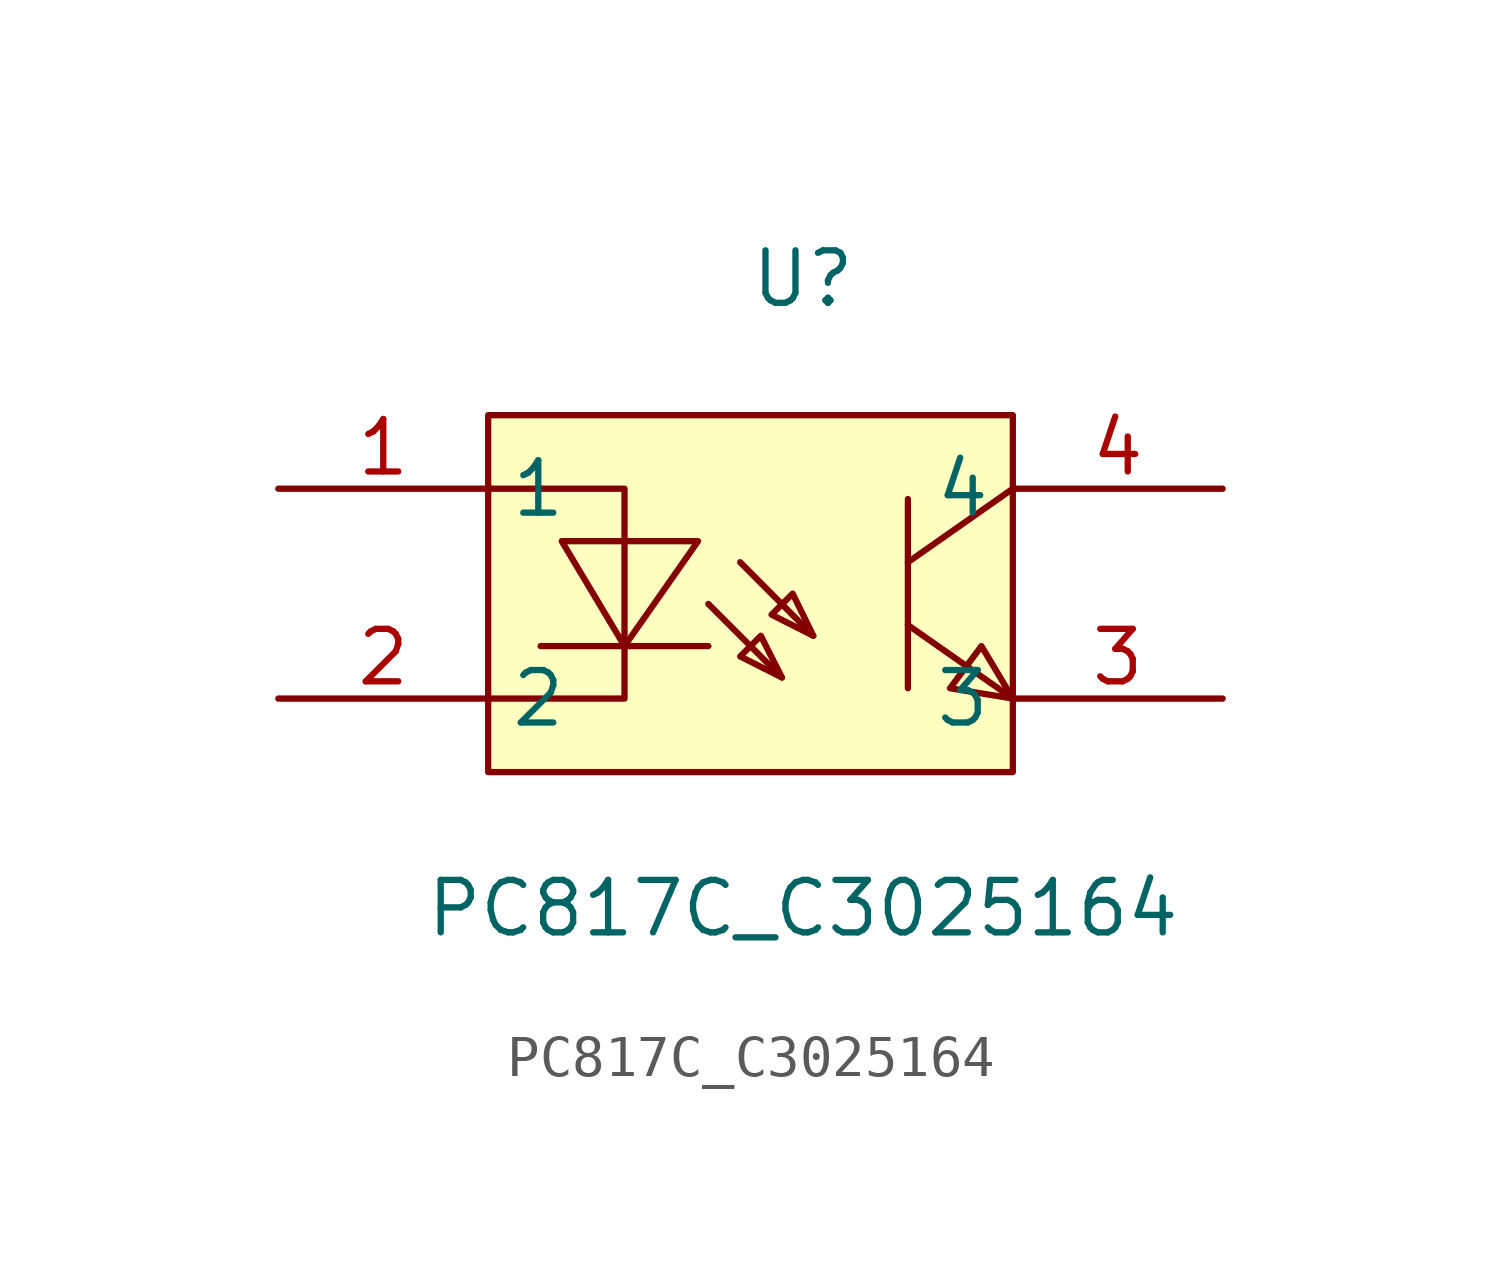
<source format=kicad_sym>
(kicad_symbol_lib
  (version 1)
  (generator "faebryk")
  (symbol "PC817C_C3025164"
    (property "Reference" "U"
      (at 0 7.62 0)
      (effects (font (size 1.27 1.27)) (hide no)))
    (property "Value" "PC817C_C3025164"
      (at 0 -7.62 0)
      (effects (font (size 1.27 1.27)) (hide no)))
    (symbol "PC817C_C3025164_0_1"
      (polyline (stroke (width 0) (type default) (color 0 0 0 0)) (fill (type background)) (pts (xy -0.51 -2.03) (xy -1.02 -1.02) (xy -1.52 -1.52) (xy -0.51 -2.03)))
      (polyline (stroke (width 0) (type default) (color 0 0 0 0)) (fill (type background)) (pts (xy 0.25 -1.02) (xy -0.25 0) (xy -0.76 -0.51) (xy 0.25 -1.02)))
      (polyline (stroke (width 0) (type default) (color 0 0 0 0)) (fill (type background)) (pts (xy -5.84 1.27) (xy -4.32 -1.27) (xy -2.54 1.27) (xy -5.84 1.27)))
      (polyline (stroke (width 0) (type default) (color 0 0 0 0)) (fill (type none)) (pts (xy 5.08 2.54) (xy 2.54 0.76)))
      (polyline (stroke (width 0) (type default) (color 0 0 0 0)) (fill (type none)) (pts (xy 2.54 -0.76) (xy 5.08 -2.54)))
      (polyline (stroke (width 0) (type default) (color 0 0 0 0)) (fill (type none)) (pts (xy 2.54 2.29) (xy 2.54 -2.29)))
      (polyline (stroke (width 0) (type default) (color 0 0 0 0)) (fill (type none)) (pts (xy -2.29 -0.25) (xy -0.51 -2.03)))
      (polyline (stroke (width 0) (type default) (color 0 0 0 0)) (fill (type none)) (pts (xy -1.52 0.76) (xy 0.25 -1.02)))
      (polyline (stroke (width 0) (type default) (color 0 0 0 0)) (fill (type none)) (pts (xy -2.29 -1.27) (xy -6.35 -1.27)))
      (polyline (stroke (width 0) (type default) (color 0 0 0 0)) (fill (type none)) (pts (xy -7.62 2.54) (xy -4.32 2.54) (xy -4.32 -2.54) (xy -7.62 -2.54)))
      (polyline (stroke (width 0) (type default) (color 0 0 0 0)) (fill (type background)) (pts (xy 5.08 -2.54) (xy 4.32 -1.27) (xy 3.56 -2.29) (xy 5.08 -2.54)))
      (rectangle (start -7.62 4.32) (end 5.08 -4.32) (stroke (width 0) (type default) (color 0 0 0 0)) (fill (type background)))
      (pin unspecified line (at -12.7 2.54 0) (length 5.08) (name "1" (effects (font (size 1.27 1.27)) (hide no))) (number "1" (effects (font (size 1.27 1.27)) (hide no))))
      (pin unspecified line (at -12.7 -2.54 0) (length 5.08) (name "2" (effects (font (size 1.27 1.27)) (hide no))) (number "2" (effects (font (size 1.27 1.27)) (hide no))))
      (pin unspecified line (at 10.16 -2.54 180) (length 5.08) (name "3" (effects (font (size 1.27 1.27)) (hide no))) (number "3" (effects (font (size 1.27 1.27)) (hide no))))
      (pin unspecified line (at 10.16 2.54 180) (length 5.08) (name "4" (effects (font (size 1.27 1.27)) (hide no))) (number "4" (effects (font (size 1.27 1.27)) (hide no)))))))
</source>
